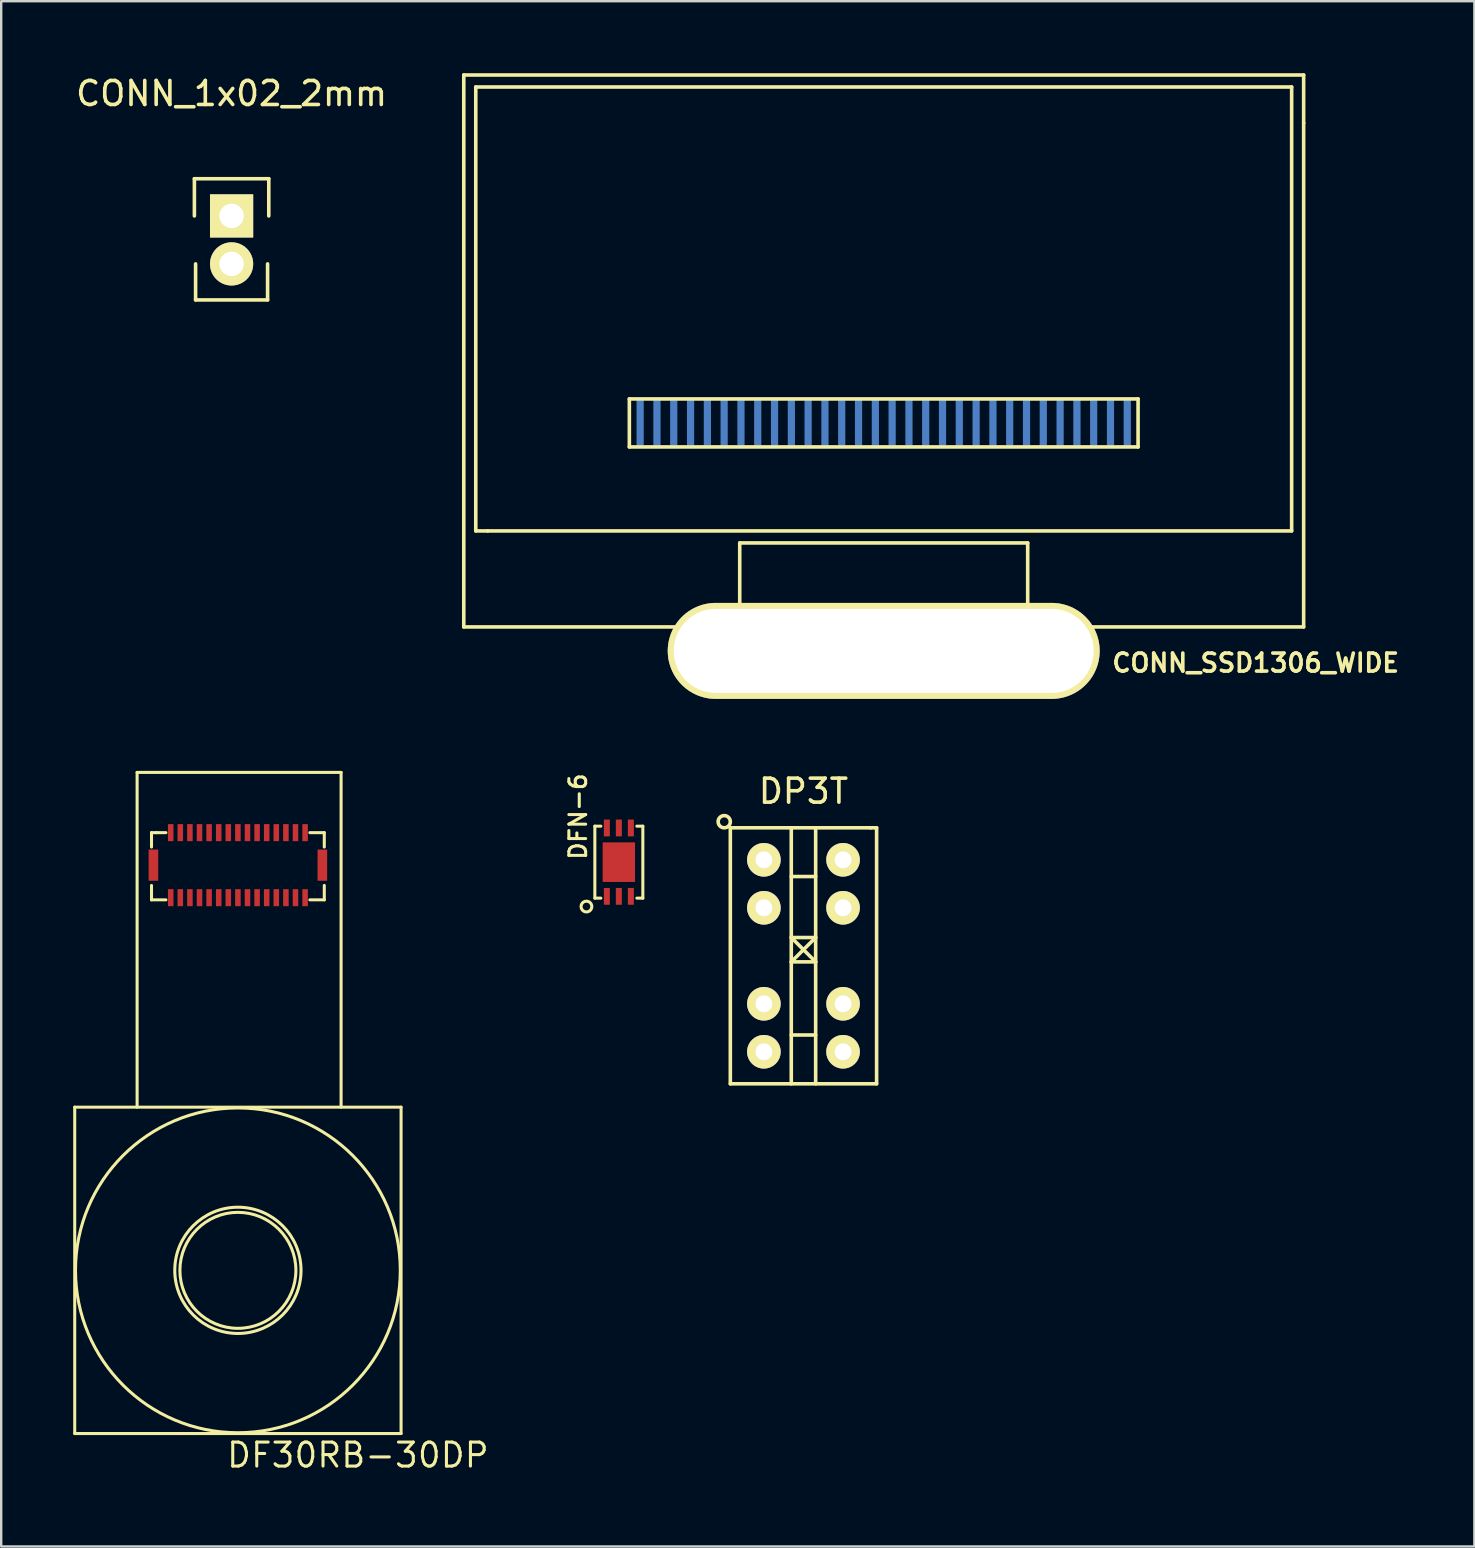
<source format=kicad_pcb>
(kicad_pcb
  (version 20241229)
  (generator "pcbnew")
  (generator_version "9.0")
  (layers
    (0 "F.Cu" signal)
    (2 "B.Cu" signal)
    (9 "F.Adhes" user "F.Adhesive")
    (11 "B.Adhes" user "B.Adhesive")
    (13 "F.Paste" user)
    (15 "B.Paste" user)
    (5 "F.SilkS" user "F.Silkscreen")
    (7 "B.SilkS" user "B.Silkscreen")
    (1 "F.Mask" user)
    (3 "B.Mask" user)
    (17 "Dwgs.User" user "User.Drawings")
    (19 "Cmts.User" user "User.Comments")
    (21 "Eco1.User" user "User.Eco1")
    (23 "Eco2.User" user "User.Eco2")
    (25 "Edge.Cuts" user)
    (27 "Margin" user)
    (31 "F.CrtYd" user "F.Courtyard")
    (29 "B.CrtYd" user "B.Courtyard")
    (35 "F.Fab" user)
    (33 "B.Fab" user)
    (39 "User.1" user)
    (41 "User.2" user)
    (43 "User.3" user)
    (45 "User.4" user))
  (footprint "DP3T"
    (layer "F.Cu")
    (at 30.433 36.781)
    (property "Reference" "DP3T" (at 0 -6.858 0) (layer "F.SilkS") (effects (font (size 1 1) (thickness 0.15))))
    (attr through_hole)
    (fp_line (start -3.048 -5.334) (end -3.048 5.334) (stroke (width 0.15) (type solid)) (layer "F.SilkS"))
    (fp_line (start -3.048 5.334) (end 3.048 5.334) (stroke (width 0.15) (type solid)) (layer "F.SilkS"))
    (fp_line (start -0.508 -5.334) (end -0.508 5.334) (stroke (width 0.15) (type solid)) (layer "F.SilkS"))
    (fp_line (start -0.508 -3.302) (end 0.508 -3.302) (stroke (width 0.15) (type solid)) (layer "F.SilkS"))
    (fp_line (start -0.508 -0.762) (end 0.508 -0.762) (stroke (width 0.15) (type solid)) (layer "F.SilkS"))
    (fp_line (start -0.508 -0.762) (end 0.508 0.254) (stroke (width 0.15) (type solid)) (layer "F.SilkS"))
    (fp_line (start -0.508 0.254) (end 0.508 0.254) (stroke (width 0.15) (type solid)) (layer "F.SilkS"))
    (fp_line (start -0.508 3.302) (end 0.508 3.302) (stroke (width 0.15) (type solid)) (layer "F.SilkS"))
    (fp_line (start 0.508 -0.762) (end -0.508 0.254) (stroke (width 0.15) (type solid)) (layer "F.SilkS"))
    (fp_line (start 0.508 5.334) (end 0.508 -5.334) (stroke (width 0.15) (type solid)) (layer "F.SilkS"))
    (fp_line (start 2.794 -5.334) (end -3.048 -5.334) (stroke (width 0.15) (type solid)) (layer "F.SilkS"))
    (fp_line (start 3.048 -5.334) (end 2.794 -5.334) (stroke (width 0.15) (type solid)) (layer "F.SilkS"))
    (fp_line (start 3.048 5.334) (end 3.048 -5.334) (stroke (width 0.15) (type solid)) (layer "F.SilkS"))
    (fp_circle (center -3.302 -5.588) (end -3.302 -5.334) (stroke (width 0.15) (type solid)) (fill no) (layer "F.SilkS"))
    (pad "1" thru_hole circle (at -1.65 -4) (size 1.4 1.4) (drill 0.7) (layers "*.Cu" "*.Mask" "F.SilkS"))
    (pad "2" thru_hole circle (at -1.65 -2) (size 1.4 1.4) (drill 0.7) (layers "*.Cu" "*.Mask" "F.SilkS"))
    (pad "3" thru_hole circle (at -1.65 2) (size 1.4 1.4) (drill 0.7) (layers "*.Cu" "*.Mask" "F.SilkS"))
    (pad "4" thru_hole circle (at -1.65 4) (size 1.4 1.4) (drill 0.7) (layers "*.Cu" "*.Mask" "F.SilkS"))
    (pad "5" thru_hole circle (at 1.65 -4) (size 1.4 1.4) (drill 0.7) (layers "*.Cu" "*.Mask" "F.SilkS"))
    (pad "6" thru_hole circle (at 1.65 -2) (size 1.4 1.4) (drill 0.7) (layers "*.Cu" "*.Mask" "F.SilkS"))
    (pad "7" thru_hole circle (at 1.65 2) (size 1.4 1.4) (drill 0.7) (layers "*.Cu" "*.Mask" "F.SilkS"))
    (pad "8" thru_hole circle (at 1.65 4) (size 1.4 1.4) (drill 0.7) (layers "*.Cu" "*.Mask" "F.SilkS")))
  (footprint "DF30RB-30DP"
    (layer "F.Cu")
    (at 6.864 49.839)
    (property "Reference" "DF30RB-30DP" (at 5 7.75 0) (layer "F.SilkS") (effects (font (size 1 1) (thickness 0.127))))
    (attr through_hole)
    (fp_line (start -6.8 -6.75) (end 6.8 -6.75) (stroke (width 0.127) (type solid)) (layer "F.SilkS"))
    (fp_line (start -6.8 6.85) (end -6.8 -6.75) (stroke (width 0.127) (type solid)) (layer "F.SilkS"))
    (fp_line (start -4.2 -20.7) (end -4.2 -6.75) (stroke (width 0.127) (type solid)) (layer "F.SilkS"))
    (fp_line (start -4.2 -20.7) (end 4.3 -20.7) (stroke (width 0.127) (type solid)) (layer "F.SilkS"))
    (fp_line (start -3.6 -18.19) (end -3.6 -17.59) (stroke (width 0.127) (type solid)) (layer "F.SilkS"))
    (fp_line (start -3.6 -15.39) (end -3.6 -15.99) (stroke (width 0.127) (type solid)) (layer "F.SilkS"))
    (fp_line (start -3.6 -15.39) (end -3 -15.39) (stroke (width 0.127) (type solid)) (layer "F.SilkS"))
    (fp_line (start -3.4 -18.19) (end -3.6 -18.19) (stroke (width 0.127) (type solid)) (layer "F.SilkS"))
    (fp_line (start -3 -18.19) (end -3.4 -18.19) (stroke (width 0.127) (type solid)) (layer "F.SilkS"))
    (fp_line (start 3 -18.19) (end 3.6 -18.19) (stroke (width 0.127) (type solid)) (layer "F.SilkS"))
    (fp_line (start 3 -15.39) (end 3.6 -15.39) (stroke (width 0.127) (type solid)) (layer "F.SilkS"))
    (fp_line (start 3.6 -18.19) (end 3.6 -17.59) (stroke (width 0.127) (type solid)) (layer "F.SilkS"))
    (fp_line (start 3.6 -15.99) (end 3.6 -15.39) (stroke (width 0.127) (type solid)) (layer "F.SilkS"))
    (fp_line (start 4.3 -20.7) (end 4.3 -6.75) (stroke (width 0.127) (type solid)) (layer "F.SilkS"))
    (fp_line (start 6.8 -6.75) (end 6.8 6.85) (stroke (width 0.127) (type solid)) (layer "F.SilkS"))
    (fp_line (start 6.8 6.85) (end -6.8 6.85) (stroke (width 0.127) (type solid)) (layer "F.SilkS"))
    (fp_circle (center 0 0.05) (end -2.2 6.45) (stroke (width 0.127) (type solid)) (fill no) (layer "F.SilkS"))
    (fp_circle (center 0 0.05) (end -1 2.25) (stroke (width 0.127) (type solid)) (fill no) (layer "F.SilkS"))
    (fp_circle (center 0 0.05) (end -0.4 2.65) (stroke (width 0.127) (type solid)) (fill no) (layer "F.SilkS"))
    (pad "1" smd rect (at -2.8 -15.48) (size 0.23 0.71) (layers "F.Cu" "F.Mask" "F.Paste"))
    (pad "2" smd rect (at -2.8 -18.19) (size 0.23 0.71) (layers "F.Cu" "F.Mask" "F.Paste"))
    (pad "3" smd rect (at -2.4 -15.48) (size 0.23 0.71) (layers "F.Cu" "F.Mask" "F.Paste"))
    (pad "4" smd rect (at -2.4 -18.19) (size 0.23 0.71) (layers "F.Cu" "F.Mask" "F.Paste"))
    (pad "5" smd rect (at -2 -15.48) (size 0.23 0.71) (layers "F.Cu" "F.Mask" "F.Paste"))
    (pad "6" smd rect (at -2 -18.19) (size 0.23 0.71) (layers "F.Cu" "F.Mask" "F.Paste"))
    (pad "7" smd rect (at -1.6 -15.48) (size 0.23 0.71) (layers "F.Cu" "F.Mask" "F.Paste"))
    (pad "8" smd rect (at -1.6 -18.19) (size 0.23 0.71) (layers "F.Cu" "F.Mask" "F.Paste"))
    (pad "9" smd rect (at -1.2 -15.48) (size 0.23 0.71) (layers "F.Cu" "F.Mask" "F.Paste"))
    (pad "10" smd rect (at -1.2 -18.19) (size 0.23 0.71) (layers "F.Cu" "F.Mask" "F.Paste"))
    (pad "11" smd rect (at -0.8 -15.48) (size 0.23 0.71) (layers "F.Cu" "F.Mask" "F.Paste"))
    (pad "12" smd rect (at -0.8 -18.19) (size 0.23 0.71) (layers "F.Cu" "F.Mask" "F.Paste"))
    (pad "13" smd rect (at -0.4 -15.48) (size 0.23 0.71) (layers "F.Cu" "F.Mask" "F.Paste"))
    (pad "14" smd rect (at -0.4 -18.19) (size 0.23 0.71) (layers "F.Cu" "F.Mask" "F.Paste"))
    (pad "15" smd rect (at 0 -15.48) (size 0.23 0.71) (layers "F.Cu" "F.Mask" "F.Paste"))
    (pad "16" smd rect (at 0 -18.19) (size 0.23 0.71) (layers "F.Cu" "F.Mask" "F.Paste"))
    (pad "17" smd rect (at 0.4 -15.48) (size 0.23 0.71) (layers "F.Cu" "F.Mask" "F.Paste"))
    (pad "18" smd rect (at 0.4 -18.19) (size 0.23 0.71) (layers "F.Cu" "F.Mask" "F.Paste"))
    (pad "19" smd rect (at 0.8 -15.48) (size 0.23 0.71) (layers "F.Cu" "F.Mask" "F.Paste"))
    (pad "20" smd rect (at 0.8 -18.19) (size 0.23 0.71) (layers "F.Cu" "F.Mask" "F.Paste"))
    (pad "21" smd rect (at 1.2 -15.48) (size 0.23 0.71) (layers "F.Cu" "F.Mask" "F.Paste"))
    (pad "22" smd rect (at 1.2 -18.19) (size 0.23 0.71) (layers "F.Cu" "F.Mask" "F.Paste"))
    (pad "23" smd rect (at 1.6 -15.48) (size 0.23 0.71) (layers "F.Cu" "F.Mask" "F.Paste"))
    (pad "24" smd rect (at 1.6 -18.19) (size 0.23 0.71) (layers "F.Cu" "F.Mask" "F.Paste"))
    (pad "25" smd rect (at 2 -15.48) (size 0.23 0.71) (layers "F.Cu" "F.Mask" "F.Paste"))
    (pad "26" smd rect (at 2 -18.19) (size 0.23 0.71) (layers "F.Cu" "F.Mask" "F.Paste"))
    (pad "27" smd rect (at 2.4 -15.48) (size 0.23 0.71) (layers "F.Cu" "F.Mask" "F.Paste"))
    (pad "28" smd rect (at 2.4 -18.19) (size 0.23 0.71) (layers "F.Cu" "F.Mask" "F.Paste"))
    (pad "29" smd rect (at 2.8 -15.48) (size 0.23 0.71) (layers "F.Cu" "F.Mask" "F.Paste"))
    (pad "30" smd rect (at 2.8 -18.19) (size 0.23 0.71) (layers "F.Cu" "F.Mask" "F.Paste"))
    (pad "31" smd rect (at -3.52 -16.835) (size 0.4 1.3) (layers "F.Cu" "F.Mask" "F.Paste"))
    (pad "32" smd rect (at 3.52 -16.835) (size 0.4 1.3) (layers "F.Cu" "F.Mask" "F.Paste")))
  (footprint "DFN-6"
    (layer "F.Cu")
    (at 22.739 32.879)
    (property "Reference" "DFN-6" (at -1.7 -1.9 270) (layer "F.SilkS") (effects (font (size 0.7 0.7) (thickness 0.127))))
    (attr through_hole)
    (fp_line (start -1 -1.5) (end -0.75 -1.5) (stroke (width 0.127) (type solid)) (layer "F.SilkS"))
    (fp_line (start -1 1.5) (end -1 -1.5) (stroke (width 0.127) (type solid)) (layer "F.SilkS"))
    (fp_line (start -0.75 1.5) (end -1 1.5) (stroke (width 0.127) (type solid)) (layer "F.SilkS"))
    (fp_line (start 0.75 -1.5) (end 1 -1.5) (stroke (width 0.127) (type solid)) (layer "F.SilkS"))
    (fp_line (start 1 -1.5) (end 1 1.5) (stroke (width 0.127) (type solid)) (layer "F.SilkS"))
    (fp_line (start 1 1.5) (end 0.75 1.5) (stroke (width 0.127) (type solid)) (layer "F.SilkS"))
    (fp_circle (center -1.35 1.85) (end -1.45 2.05) (stroke (width 0.127) (type solid)) (fill no) (layer "F.SilkS"))
    (pad "1" smd rect (at -0.5 1.425) (size 0.25 0.7) (layers "F.Cu" "F.Mask" "F.Paste"))
    (pad "2" smd rect (at 0 1.425) (size 0.25 0.7) (layers "F.Cu" "F.Mask" "F.Paste"))
    (pad "3" smd rect (at 0.5 1.425) (size 0.25 0.7) (layers "F.Cu" "F.Mask" "F.Paste"))
    (pad "4" smd rect (at 0.5 -1.425) (size 0.25 0.7) (layers "F.Cu" "F.Mask" "F.Paste"))
    (pad "5" smd rect (at 0 -1.425) (size 0.25 0.7) (layers "F.Cu" "F.Mask" "F.Paste"))
    (pad "6" smd rect (at -0.5 -1.425) (size 0.25 0.7) (layers "F.Cu" "F.Mask" "F.Paste"))
    (pad "7" smd rect (at 0 0) (size 1.35 1.65) (layers "F.Cu" "F.Mask" "F.Paste")))
  (footprint "CONN_SSD1306_WIDE"
    (layer "F.Cu")
    (at 33.777 23.075)
    (property "Reference" "CONN_SSD1306_WIDE" (at 15.5 1.5 0) (layer "F.SilkS") (effects (font (size 0.75 0.75) (thickness 0.15))))
    (attr through_hole)
    (fp_line (start -17.5 -23) (end -17.5 0) (stroke (width 0.15) (type solid)) (layer "F.SilkS"))
    (fp_line (start -17 -22.5) (end 17 -22.5) (stroke (width 0.15) (type solid)) (layer "F.SilkS"))
    (fp_line (start -17 -4) (end -17 -22.5) (stroke (width 0.15) (type solid)) (layer "F.SilkS"))
    (fp_line (start -16.5 -4) (end -17 -4) (stroke (width 0.15) (type solid)) (layer "F.SilkS"))
    (fp_line (start -10.6 -9.5) (end 10.6 -9.5) (stroke (width 0.15) (type solid)) (layer "F.SilkS"))
    (fp_line (start -10.6 -7.5) (end -10.6 -9.5) (stroke (width 0.15) (type solid)) (layer "F.SilkS"))
    (fp_line (start -6 -3.5) (end -6 1) (stroke (width 0.15) (type solid)) (layer "F.SilkS"))
    (fp_line (start -6 0) (end -17.5 0) (stroke (width 0.15) (type solid)) (layer "F.SilkS"))
    (fp_line (start -6 1) (end 6 1) (stroke (width 0.15) (type solid)) (layer "F.SilkS"))
    (fp_line (start 6 -3.5) (end -6 -3.5) (stroke (width 0.15) (type solid)) (layer "F.SilkS"))
    (fp_line (start 6 0) (end 17.5 0) (stroke (width 0.15) (type solid)) (layer "F.SilkS"))
    (fp_line (start 6 1) (end 6 -3.5) (stroke (width 0.15) (type solid)) (layer "F.SilkS"))
    (fp_line (start 10.6 -9.5) (end 10.6 -7.5) (stroke (width 0.15) (type solid)) (layer "F.SilkS"))
    (fp_line (start 10.6 -7.5) (end -10.6 -7.5) (stroke (width 0.15) (type solid)) (layer "F.SilkS"))
    (fp_line (start 17 -22.5) (end 17 -4) (stroke (width 0.15) (type solid)) (layer "F.SilkS"))
    (fp_line (start 17 -4) (end -16.5 -4) (stroke (width 0.15) (type solid)) (layer "F.SilkS"))
    (fp_line (start 17.5 -23) (end -17.5 -23) (stroke (width 0.15) (type solid)) (layer "F.SilkS"))
    (fp_line (start 17.5 -21) (end 17.5 -23) (stroke (width 0.15) (type solid)) (layer "F.SilkS"))
    (fp_line (start 17.5 0) (end 17.5 -21) (stroke (width 0.15) (type solid)) (layer "F.SilkS"))
    (pad "" np_thru_hole oval (at 0 1) (size 18 4) (drill oval 17.5 3.5) (layers "*.Cu" "*.Mask" "F.SilkS"))
    (pad "1" smd rect (at -10.15 -8.501) (size 0.3 1.9) (layers "B.Cu" "B.Mask" "B.Paste"))
    (pad "2" smd rect (at -9.449 -8.501) (size 0.3 1.9) (layers "B.Cu" "B.Mask" "B.Paste"))
    (pad "3" smd rect (at -8.75 -8.501) (size 0.3 1.9) (layers "B.Cu" "B.Mask" "B.Paste"))
    (pad "4" smd rect (at -8.049 -8.501) (size 0.3 1.9) (layers "B.Cu" "B.Mask" "B.Paste"))
    (pad "5" smd rect (at -7.348 -8.501) (size 0.3 1.9) (layers "B.Cu" "B.Mask" "B.Paste"))
    (pad "6" smd rect (at -6.65 -8.501) (size 0.3 1.9) (layers "B.Cu" "B.Mask" "B.Paste"))
    (pad "7" smd rect (at -5.949 -8.501) (size 0.3 1.9) (layers "B.Cu" "B.Mask" "B.Paste"))
    (pad "8" smd rect (at -5.25 -8.501) (size 0.3 1.9) (layers "B.Cu" "B.Mask" "B.Paste"))
    (pad "9" smd rect (at -4.549 -8.501) (size 0.3 1.9) (layers "B.Cu" "B.Mask" "B.Paste"))
    (pad "10" smd rect (at -3.848 -8.501) (size 0.3 1.9) (layers "B.Cu" "B.Mask" "B.Paste"))
    (pad "11" smd rect (at -3.15 -8.501) (size 0.3 1.9) (layers "B.Cu" "B.Mask" "B.Paste"))
    (pad "12" smd rect (at -2.449 -8.501) (size 0.3 1.9) (layers "B.Cu" "B.Mask" "B.Paste"))
    (pad "13" smd rect (at -1.75 -8.501) (size 0.3 1.9) (layers "B.Cu" "B.Mask" "B.Paste"))
    (pad "14" smd rect (at -1.049 -8.501) (size 0.3 1.9) (layers "B.Cu" "B.Mask" "B.Paste"))
    (pad "15" smd rect (at -0.348 -8.501) (size 0.3 1.9) (layers "B.Cu" "B.Mask" "B.Paste"))
    (pad "16" smd rect (at 0.351 -8.501) (size 0.3 1.9) (layers "B.Cu" "B.Mask" "B.Paste"))
    (pad "17" smd rect (at 1.052 -8.501) (size 0.3 1.9) (layers "B.Cu" "B.Mask" "B.Paste"))
    (pad "18" smd rect (at 1.75 -8.501) (size 0.3 1.9) (layers "B.Cu" "B.Mask" "B.Paste"))
    (pad "19" smd rect (at 2.451 -8.501) (size 0.3 1.9) (layers "B.Cu" "B.Mask" "B.Paste"))
    (pad "20" smd rect (at 3.15 -8.501) (size 0.3 1.9) (layers "B.Cu" "B.Mask" "B.Paste"))
    (pad "21" smd rect (at 3.851 -8.501) (size 0.3 1.9) (layers "B.Cu" "B.Mask" "B.Paste"))
    (pad "22" smd rect (at 4.552 -8.501) (size 0.3 1.9) (layers "B.Cu" "B.Mask" "B.Paste"))
    (pad "23" smd rect (at 5.25 -8.501) (size 0.3 1.9) (layers "B.Cu" "B.Mask" "B.Paste"))
    (pad "24" smd rect (at 5.951 -8.501) (size 0.3 1.9) (layers "B.Cu" "B.Mask" "B.Paste"))
    (pad "25" smd rect (at 6.65 -8.501) (size 0.3 1.9) (layers "B.Cu" "B.Mask" "B.Paste"))
    (pad "26" smd rect (at 7.351 -8.501) (size 0.3 1.9) (layers "B.Cu" "B.Mask" "B.Paste"))
    (pad "27" smd rect (at 8.052 -8.501) (size 0.3 1.9) (layers "B.Cu" "B.Mask" "B.Paste"))
    (pad "28" smd rect (at 8.75 -8.501) (size 0.3 1.9) (layers "B.Cu" "B.Mask" "B.Paste"))
    (pad "29" smd rect (at 9.451 -8.501) (size 0.3 1.9) (layers "B.Cu" "B.Mask" "B.Paste"))
    (pad "30" smd rect (at 10.15 -8.501) (size 0.3 1.9) (layers "B.Cu" "B.Mask" "B.Paste")))
  (footprint "CONN_1x02_2mm"
    (layer "F.Cu")
    (at 6.601 5.948)
    (property "Reference" "CONN_1x02_2mm" (at 0 -5.1 0) (layer "F.SilkS") (effects (font (size 1 1) (thickness 0.15))))
    (attr through_hole)
    (fp_line (start -1.55 -1.55) (end 1.55 -1.55) (stroke (width 0.15) (type solid)) (layer "F.SilkS"))
    (fp_line (start -1.55 0) (end -1.55 -1.55) (stroke (width 0.15) (type solid)) (layer "F.SilkS"))
    (fp_line (start -1.5 2) (end -1.5 3.5) (stroke (width 0.15) (type solid)) (layer "F.SilkS"))
    (fp_line (start -1.5 3.5) (end 1.5 3.5) (stroke (width 0.15) (type solid)) (layer "F.SilkS"))
    (fp_line (start 1.5 3.5) (end 1.5 2) (stroke (width 0.15) (type solid)) (layer "F.SilkS"))
    (fp_line (start 1.55 -1.55) (end 1.55 0) (stroke (width 0.15) (type solid)) (layer "F.SilkS"))
    (pad "1" thru_hole rect (at 0 0) (size 1.8 1.8) (drill 1.016) (layers "*.Cu" "*.Mask" "F.SilkS"))
    (pad "2" thru_hole oval (at 0 2) (size 1.8 1.8) (drill 1.016) (layers "*.Cu" "*.Mask" "F.SilkS")))
  (gr_rect
    (start -3 -3)
    (end 58.392 61.396)
    (stroke (width 0.1) (type default))
    (fill no)
    (layer "Edge.Cuts")))
</source>
